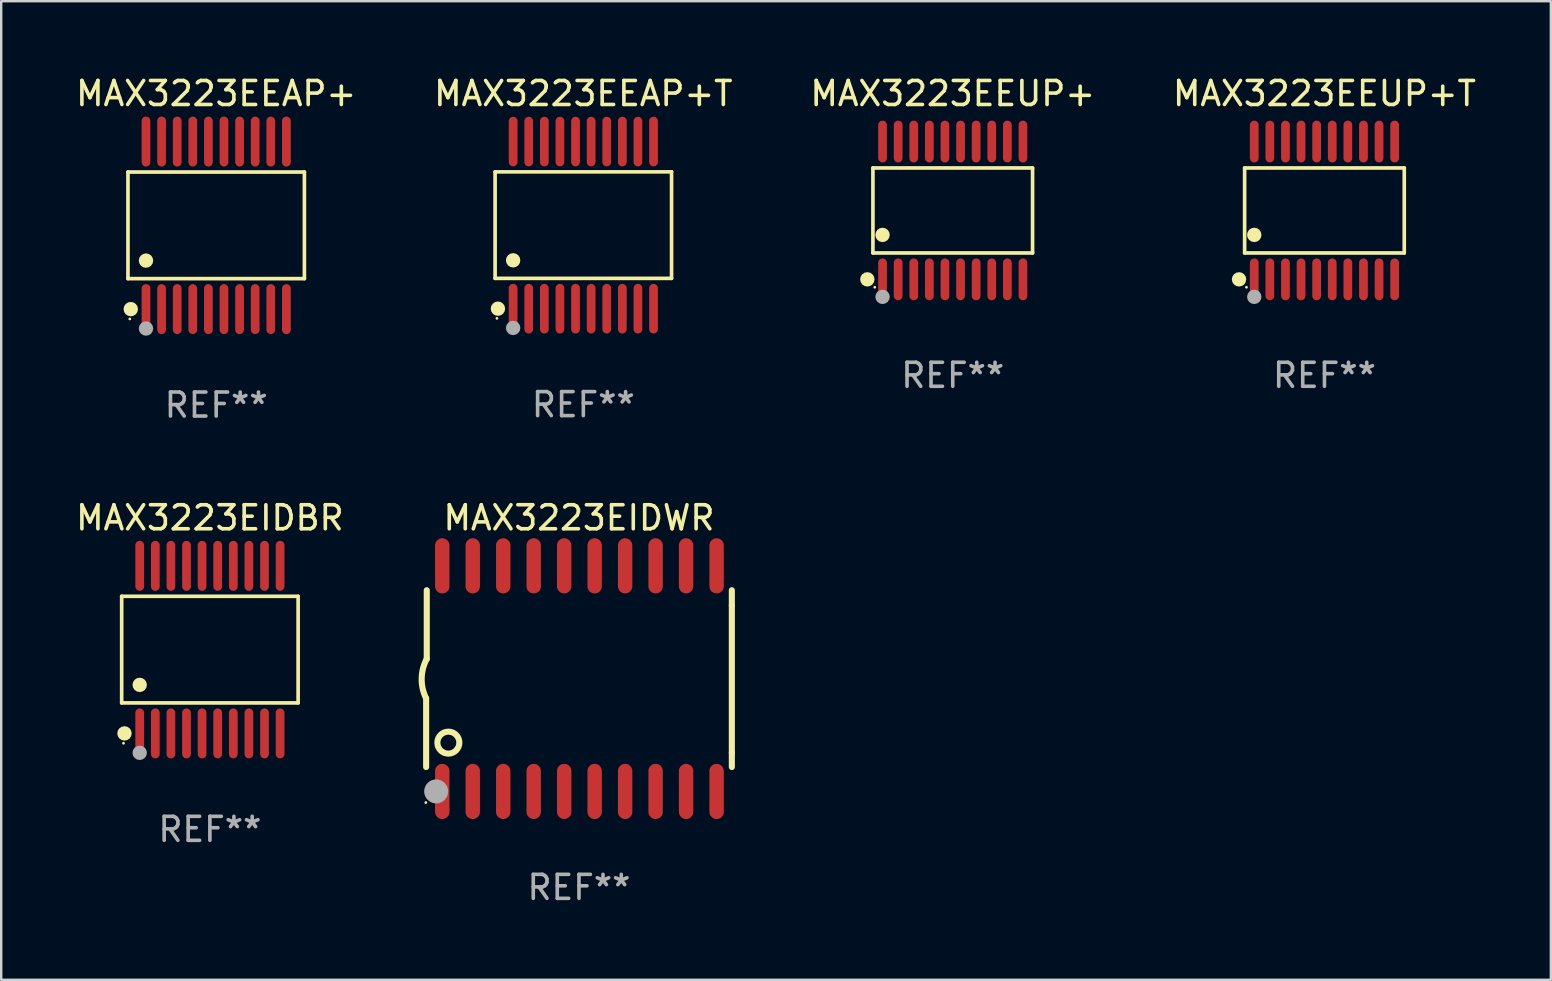
<source format=kicad_pcb>
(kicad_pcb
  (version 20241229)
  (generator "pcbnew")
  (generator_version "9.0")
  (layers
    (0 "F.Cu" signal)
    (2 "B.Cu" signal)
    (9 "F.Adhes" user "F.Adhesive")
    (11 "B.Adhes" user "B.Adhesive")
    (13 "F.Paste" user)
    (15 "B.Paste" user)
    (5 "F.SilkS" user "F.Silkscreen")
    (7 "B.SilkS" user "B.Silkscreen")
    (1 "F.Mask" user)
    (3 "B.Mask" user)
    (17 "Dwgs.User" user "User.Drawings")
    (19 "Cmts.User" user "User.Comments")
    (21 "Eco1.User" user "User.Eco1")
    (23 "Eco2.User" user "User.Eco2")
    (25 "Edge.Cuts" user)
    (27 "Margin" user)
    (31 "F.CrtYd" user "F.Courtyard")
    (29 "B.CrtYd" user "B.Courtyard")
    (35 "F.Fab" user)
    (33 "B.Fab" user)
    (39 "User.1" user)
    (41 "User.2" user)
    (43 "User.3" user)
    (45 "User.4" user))
  (footprint "MAX3223EEAP+T"
    (layer "F.Cu")
    (at 21.256 6.33)
    (property "Reference" "MAX3223EEAP+T" (at 0 -5.482 0) (layer "F.SilkS") (effects (font (size 1 1) (thickness 0.15))))
    (attr through_hole)
    (fp_line (start -3.676 -2.219) (end 3.676 -2.219) (stroke (width 0.152) (type solid)) (layer "F.SilkS"))
    (fp_line (start -3.676 2.219) (end -3.676 -2.219) (stroke (width 0.152) (type solid)) (layer "F.SilkS"))
    (fp_line (start 3.676 -2.219) (end 3.676 2.219) (stroke (width 0.152) (type solid)) (layer "F.SilkS"))
    (fp_line (start 3.676 2.219) (end -3.676 2.219) (stroke (width 0.152) (type solid)) (layer "F.SilkS"))
    (fp_circle (center -3.6 3.885) (end -3.57 3.885) (stroke (width 0.06) (type solid)) (fill no) (layer "F.SilkS"))
    (fp_circle (center -3.559 3.482) (end -3.409 3.482) (stroke (width 0.3) (type solid)) (fill no) (layer "F.SilkS"))
    (fp_circle (center -2.925 1.467) (end -2.775 1.467) (stroke (width 0.3) (type solid)) (fill no) (layer "F.SilkS"))
    (fp_circle (center -2.925 4.285) (end -2.775 4.285) (stroke (width 0.3) (type solid)) (fill no) (layer "F.Fab"))
    (fp_text user "REF**" (at 0 7.482 0) (layer "F.Fab") (effects (font (size 1 1) (thickness 0.15))))
    (pad "1" smd oval (at -2.925 3.482) (size 0.364 2.069) (layers "F.Cu" "F.Mask" "F.Paste"))
    (pad "2" smd oval (at -2.275 3.482) (size 0.364 2.069) (layers "F.Cu" "F.Mask" "F.Paste"))
    (pad "3" smd oval (at -1.625 3.482) (size 0.364 2.069) (layers "F.Cu" "F.Mask" "F.Paste"))
    (pad "4" smd oval (at -0.975 3.482) (size 0.364 2.069) (layers "F.Cu" "F.Mask" "F.Paste"))
    (pad "5" smd oval (at -0.325 3.482) (size 0.364 2.069) (layers "F.Cu" "F.Mask" "F.Paste"))
    (pad "6" smd oval (at 0.325 3.482) (size 0.364 2.069) (layers "F.Cu" "F.Mask" "F.Paste"))
    (pad "7" smd oval (at 0.975 3.482) (size 0.364 2.069) (layers "F.Cu" "F.Mask" "F.Paste"))
    (pad "8" smd oval (at 1.625 3.482) (size 0.364 2.069) (layers "F.Cu" "F.Mask" "F.Paste"))
    (pad "9" smd oval (at 2.275 3.482) (size 0.364 2.069) (layers "F.Cu" "F.Mask" "F.Paste"))
    (pad "10" smd oval (at 2.925 3.482) (size 0.364 2.069) (layers "F.Cu" "F.Mask" "F.Paste"))
    (pad "11" smd oval (at 2.925 -3.482) (size 0.364 2.069) (layers "F.Cu" "F.Mask" "F.Paste"))
    (pad "12" smd oval (at 2.275 -3.482) (size 0.364 2.069) (layers "F.Cu" "F.Mask" "F.Paste"))
    (pad "13" smd oval (at 1.625 -3.482) (size 0.364 2.069) (layers "F.Cu" "F.Mask" "F.Paste"))
    (pad "14" smd oval (at 0.975 -3.482) (size 0.364 2.069) (layers "F.Cu" "F.Mask" "F.Paste"))
    (pad "15" smd oval (at 0.325 -3.482) (size 0.364 2.069) (layers "F.Cu" "F.Mask" "F.Paste"))
    (pad "16" smd oval (at -0.325 -3.482) (size 0.364 2.069) (layers "F.Cu" "F.Mask" "F.Paste"))
    (pad "17" smd oval (at -0.975 -3.482) (size 0.364 2.069) (layers "F.Cu" "F.Mask" "F.Paste"))
    (pad "18" smd oval (at -1.625 -3.482) (size 0.364 2.069) (layers "F.Cu" "F.Mask" "F.Paste"))
    (pad "19" smd oval (at -2.275 -3.482) (size 0.364 2.069) (layers "F.Cu" "F.Mask" "F.Paste"))
    (pad "20" smd oval (at -2.925 -3.482) (size 0.364 2.069) (layers "F.Cu" "F.Mask" "F.Paste")))
  (footprint "MAX3223EIDBR"
    (layer "F.Cu")
    (at 5.696 24.018)
    (property "Reference" "MAX3223EIDBR" (at 0 -5.491 0) (layer "F.SilkS") (effects (font (size 1 1) (thickness 0.15))))
    (attr through_hole)
    (fp_line (start -3.676 -2.221) (end 3.676 -2.221) (stroke (width 0.152) (type solid)) (layer "F.SilkS"))
    (fp_line (start -3.676 2.221) (end -3.676 -2.221) (stroke (width 0.152) (type solid)) (layer "F.SilkS"))
    (fp_line (start 3.676 -2.221) (end 3.676 2.221) (stroke (width 0.152) (type solid)) (layer "F.SilkS"))
    (fp_line (start 3.676 2.221) (end -3.676 2.221) (stroke (width 0.152) (type solid)) (layer "F.SilkS"))
    (fp_circle (center -3.6 3.9) (end -3.57 3.9) (stroke (width 0.06) (type solid)) (fill no) (layer "F.SilkS"))
    (fp_circle (center -3.559 3.491) (end -3.409 3.491) (stroke (width 0.3) (type solid)) (fill no) (layer "F.SilkS"))
    (fp_circle (center -2.925 1.469) (end -2.775 1.469) (stroke (width 0.3) (type solid)) (fill no) (layer "F.SilkS"))
    (fp_circle (center -2.925 4.3) (end -2.775 4.3) (stroke (width 0.3) (type solid)) (fill no) (layer "F.Fab"))
    (fp_text user "REF**" (at 0 7.491 0) (layer "F.Fab") (effects (font (size 1 1) (thickness 0.15))))
    (pad "1" smd oval (at -2.925 3.491) (size 0.364 2.082) (layers "F.Cu" "F.Mask" "F.Paste"))
    (pad "2" smd oval (at -2.275 3.491) (size 0.364 2.082) (layers "F.Cu" "F.Mask" "F.Paste"))
    (pad "3" smd oval (at -1.625 3.491) (size 0.364 2.082) (layers "F.Cu" "F.Mask" "F.Paste"))
    (pad "4" smd oval (at -0.975 3.491) (size 0.364 2.082) (layers "F.Cu" "F.Mask" "F.Paste"))
    (pad "5" smd oval (at -0.325 3.491) (size 0.364 2.082) (layers "F.Cu" "F.Mask" "F.Paste"))
    (pad "6" smd oval (at 0.325 3.491) (size 0.364 2.082) (layers "F.Cu" "F.Mask" "F.Paste"))
    (pad "7" smd oval (at 0.975 3.491) (size 0.364 2.082) (layers "F.Cu" "F.Mask" "F.Paste"))
    (pad "8" smd oval (at 1.625 3.491) (size 0.364 2.082) (layers "F.Cu" "F.Mask" "F.Paste"))
    (pad "9" smd oval (at 2.275 3.491) (size 0.364 2.082) (layers "F.Cu" "F.Mask" "F.Paste"))
    (pad "10" smd oval (at 2.925 3.491) (size 0.364 2.082) (layers "F.Cu" "F.Mask" "F.Paste"))
    (pad "11" smd oval (at 2.925 -3.491) (size 0.364 2.082) (layers "F.Cu" "F.Mask" "F.Paste"))
    (pad "12" smd oval (at 2.275 -3.491) (size 0.364 2.082) (layers "F.Cu" "F.Mask" "F.Paste"))
    (pad "13" smd oval (at 1.625 -3.491) (size 0.364 2.082) (layers "F.Cu" "F.Mask" "F.Paste"))
    (pad "14" smd oval (at 0.975 -3.491) (size 0.364 2.082) (layers "F.Cu" "F.Mask" "F.Paste"))
    (pad "15" smd oval (at 0.325 -3.491) (size 0.364 2.082) (layers "F.Cu" "F.Mask" "F.Paste"))
    (pad "16" smd oval (at -0.325 -3.491) (size 0.364 2.082) (layers "F.Cu" "F.Mask" "F.Paste"))
    (pad "17" smd oval (at -0.975 -3.491) (size 0.364 2.082) (layers "F.Cu" "F.Mask" "F.Paste"))
    (pad "18" smd oval (at -1.625 -3.491) (size 0.364 2.082) (layers "F.Cu" "F.Mask" "F.Paste"))
    (pad "19" smd oval (at -2.275 -3.491) (size 0.364 2.082) (layers "F.Cu" "F.Mask" "F.Paste"))
    (pad "20" smd oval (at -2.925 -3.491) (size 0.364 2.082) (layers "F.Cu" "F.Mask" "F.Paste")))
  (footprint "MAX3223EEAP+"
    (layer "F.Cu")
    (at 5.958 6.339)
    (property "Reference" "MAX3223EEAP+" (at 0 -5.491 0) (layer "F.SilkS") (effects (font (size 1 1) (thickness 0.15))))
    (attr through_hole)
    (fp_line (start -3.676 -2.221) (end 3.676 -2.221) (stroke (width 0.152) (type solid)) (layer "F.SilkS"))
    (fp_line (start -3.676 2.221) (end -3.676 -2.221) (stroke (width 0.152) (type solid)) (layer "F.SilkS"))
    (fp_line (start 3.676 -2.221) (end 3.676 2.221) (stroke (width 0.152) (type solid)) (layer "F.SilkS"))
    (fp_line (start 3.676 2.221) (end -3.676 2.221) (stroke (width 0.152) (type solid)) (layer "F.SilkS"))
    (fp_circle (center -3.6 3.9) (end -3.57 3.9) (stroke (width 0.06) (type solid)) (fill no) (layer "F.SilkS"))
    (fp_circle (center -3.559 3.491) (end -3.409 3.491) (stroke (width 0.3) (type solid)) (fill no) (layer "F.SilkS"))
    (fp_circle (center -2.925 1.469) (end -2.775 1.469) (stroke (width 0.3) (type solid)) (fill no) (layer "F.SilkS"))
    (fp_circle (center -2.925 4.3) (end -2.775 4.3) (stroke (width 0.3) (type solid)) (fill no) (layer "F.Fab"))
    (fp_text user "REF**" (at 0 7.491 0) (layer "F.Fab") (effects (font (size 1 1) (thickness 0.15))))
    (pad "1" smd oval (at -2.925 3.491) (size 0.364 2.082) (layers "F.Cu" "F.Mask" "F.Paste"))
    (pad "2" smd oval (at -2.275 3.491) (size 0.364 2.082) (layers "F.Cu" "F.Mask" "F.Paste"))
    (pad "3" smd oval (at -1.625 3.491) (size 0.364 2.082) (layers "F.Cu" "F.Mask" "F.Paste"))
    (pad "4" smd oval (at -0.975 3.491) (size 0.364 2.082) (layers "F.Cu" "F.Mask" "F.Paste"))
    (pad "5" smd oval (at -0.325 3.491) (size 0.364 2.082) (layers "F.Cu" "F.Mask" "F.Paste"))
    (pad "6" smd oval (at 0.325 3.491) (size 0.364 2.082) (layers "F.Cu" "F.Mask" "F.Paste"))
    (pad "7" smd oval (at 0.975 3.491) (size 0.364 2.082) (layers "F.Cu" "F.Mask" "F.Paste"))
    (pad "8" smd oval (at 1.625 3.491) (size 0.364 2.082) (layers "F.Cu" "F.Mask" "F.Paste"))
    (pad "9" smd oval (at 2.275 3.491) (size 0.364 2.082) (layers "F.Cu" "F.Mask" "F.Paste"))
    (pad "10" smd oval (at 2.925 3.491) (size 0.364 2.082) (layers "F.Cu" "F.Mask" "F.Paste"))
    (pad "11" smd oval (at 2.925 -3.491) (size 0.364 2.082) (layers "F.Cu" "F.Mask" "F.Paste"))
    (pad "12" smd oval (at 2.275 -3.491) (size 0.364 2.082) (layers "F.Cu" "F.Mask" "F.Paste"))
    (pad "13" smd oval (at 1.625 -3.491) (size 0.364 2.082) (layers "F.Cu" "F.Mask" "F.Paste"))
    (pad "14" smd oval (at 0.975 -3.491) (size 0.364 2.082) (layers "F.Cu" "F.Mask" "F.Paste"))
    (pad "15" smd oval (at 0.325 -3.491) (size 0.364 2.082) (layers "F.Cu" "F.Mask" "F.Paste"))
    (pad "16" smd oval (at -0.325 -3.491) (size 0.364 2.082) (layers "F.Cu" "F.Mask" "F.Paste"))
    (pad "17" smd oval (at -0.975 -3.491) (size 0.364 2.082) (layers "F.Cu" "F.Mask" "F.Paste"))
    (pad "18" smd oval (at -1.625 -3.491) (size 0.364 2.082) (layers "F.Cu" "F.Mask" "F.Paste"))
    (pad "19" smd oval (at -2.275 -3.491) (size 0.364 2.082) (layers "F.Cu" "F.Mask" "F.Paste"))
    (pad "20" smd oval (at -2.925 -3.491) (size 0.364 2.082) (layers "F.Cu" "F.Mask" "F.Paste")))
  (footprint "MAX3223EIDWR"
    (layer "F.Cu")
    (at 21.075 25.227)
    (property "Reference" "MAX3223EIDWR" (at 0 -6.7 0) (layer "F.SilkS") (effects (font (size 1 1) (thickness 0.15))))
    (attr through_hole)
    (fp_line (start -6.369 0.826) (end -6.369 3.683) (stroke (width 0.254) (type solid)) (layer "F.SilkS"))
    (fp_line (start -6.343 -0.825) (end -6.343 -3.683) (stroke (width 0.254) (type solid)) (layer "F.SilkS"))
    (fp_line (start 6.369 -3.048) (end 6.369 -3.683) (stroke (width 0.254) (type solid)) (layer "F.SilkS"))
    (fp_line (start 6.369 -3.048) (end 6.369 3.096) (stroke (width 0.254) (type solid)) (layer "F.SilkS"))
    (fp_line (start 6.369 3.096) (end 6.369 3.683) (stroke (width 0.254) (type solid)) (layer "F.SilkS"))
    (fp_arc (start -6.36853 0.825552) (mid -6.554743 -0.00301) (end -6.343129 -0.825451) (stroke (width 0.254001) (type solid)) (layer "F.SilkS"))
    (fp_circle (center -6.382 5.163) (end -6.352 5.163) (stroke (width 0.06) (type solid)) (fill no) (layer "F.SilkS"))
    (fp_circle (center -5.443 2.667) (end -4.985 2.667) (stroke (width 0.254) (type solid)) (fill no) (layer "F.SilkS"))
    (fp_circle (center -5.951 4.699) (end -5.701 4.699) (stroke (width 0.5) (type solid)) (fill no) (layer "F.Fab"))
    (fp_text user "REF**" (at 0 8.7 0) (layer "F.Fab") (effects (font (size 1 1) (thickness 0.15))))
    (pad "1" smd oval (at -5.697 4.7 180) (size 0.6 2.3) (layers "F.Cu" "F.Mask" "F.Paste"))
    (pad "2" smd oval (at -4.427 4.7 180) (size 0.6 2.3) (layers "F.Cu" "F.Mask" "F.Paste"))
    (pad "3" smd oval (at -3.157 4.7 180) (size 0.6 2.3) (layers "F.Cu" "F.Mask" "F.Paste"))
    (pad "4" smd oval (at -1.887 4.7 180) (size 0.6 2.3) (layers "F.Cu" "F.Mask" "F.Paste"))
    (pad "5" smd oval (at -0.617 4.7 180) (size 0.6 2.3) (layers "F.Cu" "F.Mask" "F.Paste"))
    (pad "6" smd oval (at 0.653 4.7 180) (size 0.6 2.3) (layers "F.Cu" "F.Mask" "F.Paste"))
    (pad "7" smd oval (at 1.923 4.7 180) (size 0.6 2.3) (layers "F.Cu" "F.Mask" "F.Paste"))
    (pad "8" smd oval (at 3.193 4.7 180) (size 0.6 2.3) (layers "F.Cu" "F.Mask" "F.Paste"))
    (pad "9" smd oval (at 4.463 4.7 180) (size 0.6 2.3) (layers "F.Cu" "F.Mask" "F.Paste"))
    (pad "10" smd oval (at 5.734 4.7 180) (size 0.6 2.3) (layers "F.Cu" "F.Mask" "F.Paste"))
    (pad "11" smd oval (at 5.734 -4.7 180) (size 0.6 2.3) (layers "F.Cu" "F.Mask" "F.Paste"))
    (pad "12" smd oval (at 4.463 -4.7 180) (size 0.6 2.3) (layers "F.Cu" "F.Mask" "F.Paste"))
    (pad "13" smd oval (at 3.193 -4.7 180) (size 0.6 2.3) (layers "F.Cu" "F.Mask" "F.Paste"))
    (pad "14" smd oval (at 1.923 -4.7 180) (size 0.6 2.3) (layers "F.Cu" "F.Mask" "F.Paste"))
    (pad "15" smd oval (at 0.653 -4.7 180) (size 0.6 2.3) (layers "F.Cu" "F.Mask" "F.Paste"))
    (pad "16" smd oval (at -0.617 -4.7 180) (size 0.6 2.3) (layers "F.Cu" "F.Mask" "F.Paste"))
    (pad "17" smd oval (at -1.887 -4.7 180) (size 0.6 2.3) (layers "F.Cu" "F.Mask" "F.Paste"))
    (pad "18" smd oval (at -3.157 -4.7 180) (size 0.6 2.3) (layers "F.Cu" "F.Mask" "F.Paste"))
    (pad "19" smd oval (at -4.427 -4.7 180) (size 0.6 2.3) (layers "F.Cu" "F.Mask" "F.Paste"))
    (pad "20" smd oval (at -5.697 -4.7 180) (size 0.6 2.3) (layers "F.Cu" "F.Mask" "F.Paste")))
  (footprint "MAX3223EEUP+"
    (layer "F.Cu")
    (at 36.649 5.719)
    (property "Reference" "MAX3223EEUP+" (at 0 -4.871 0) (layer "F.SilkS") (effects (font (size 1 1) (thickness 0.15))))
    (attr through_hole)
    (fp_line (start -3.326 -1.771) (end 3.326 -1.771) (stroke (width 0.152) (type solid)) (layer "F.SilkS"))
    (fp_line (start -3.326 1.771) (end -3.326 -1.771) (stroke (width 0.152) (type solid)) (layer "F.SilkS"))
    (fp_line (start 3.326 -1.771) (end 3.326 1.771) (stroke (width 0.152) (type solid)) (layer "F.SilkS"))
    (fp_line (start 3.326 1.771) (end -3.326 1.771) (stroke (width 0.152) (type solid)) (layer "F.SilkS"))
    (fp_circle (center -3.559 2.871) (end -3.409 2.871) (stroke (width 0.3) (type solid)) (fill no) (layer "F.SilkS"))
    (fp_circle (center -3.25 3.2) (end -3.22 3.2) (stroke (width 0.06) (type solid)) (fill no) (layer "F.SilkS"))
    (fp_circle (center -2.925 1.019) (end -2.775 1.019) (stroke (width 0.3) (type solid)) (fill no) (layer "F.SilkS"))
    (fp_circle (center -2.925 3.6) (end -2.775 3.6) (stroke (width 0.3) (type solid)) (fill no) (layer "F.Fab"))
    (fp_text user "REF**" (at 0 6.871 0) (layer "F.Fab") (effects (font (size 1 1) (thickness 0.15))))
    (pad "1" smd oval (at -2.925 2.871) (size 0.364 1.742) (layers "F.Cu" "F.Mask" "F.Paste"))
    (pad "2" smd oval (at -2.275 2.871) (size 0.364 1.742) (layers "F.Cu" "F.Mask" "F.Paste"))
    (pad "3" smd oval (at -1.625 2.871) (size 0.364 1.742) (layers "F.Cu" "F.Mask" "F.Paste"))
    (pad "4" smd oval (at -0.975 2.871) (size 0.364 1.742) (layers "F.Cu" "F.Mask" "F.Paste"))
    (pad "5" smd oval (at -0.325 2.871) (size 0.364 1.742) (layers "F.Cu" "F.Mask" "F.Paste"))
    (pad "6" smd oval (at 0.325 2.871) (size 0.364 1.742) (layers "F.Cu" "F.Mask" "F.Paste"))
    (pad "7" smd oval (at 0.975 2.871) (size 0.364 1.742) (layers "F.Cu" "F.Mask" "F.Paste"))
    (pad "8" smd oval (at 1.625 2.871) (size 0.364 1.742) (layers "F.Cu" "F.Mask" "F.Paste"))
    (pad "9" smd oval (at 2.275 2.871) (size 0.364 1.742) (layers "F.Cu" "F.Mask" "F.Paste"))
    (pad "10" smd oval (at 2.925 2.871) (size 0.364 1.742) (layers "F.Cu" "F.Mask" "F.Paste"))
    (pad "11" smd oval (at 2.925 -2.871) (size 0.364 1.742) (layers "F.Cu" "F.Mask" "F.Paste"))
    (pad "12" smd oval (at 2.275 -2.871) (size 0.364 1.742) (layers "F.Cu" "F.Mask" "F.Paste"))
    (pad "13" smd oval (at 1.625 -2.871) (size 0.364 1.742) (layers "F.Cu" "F.Mask" "F.Paste"))
    (pad "14" smd oval (at 0.975 -2.871) (size 0.364 1.742) (layers "F.Cu" "F.Mask" "F.Paste"))
    (pad "15" smd oval (at 0.325 -2.871) (size 0.364 1.742) (layers "F.Cu" "F.Mask" "F.Paste"))
    (pad "16" smd oval (at -0.325 -2.871) (size 0.364 1.742) (layers "F.Cu" "F.Mask" "F.Paste"))
    (pad "17" smd oval (at -0.975 -2.871) (size 0.364 1.742) (layers "F.Cu" "F.Mask" "F.Paste"))
    (pad "18" smd oval (at -1.625 -2.871) (size 0.364 1.742) (layers "F.Cu" "F.Mask" "F.Paste"))
    (pad "19" smd oval (at -2.275 -2.871) (size 0.364 1.742) (layers "F.Cu" "F.Mask" "F.Paste"))
    (pad "20" smd oval (at -2.925 -2.871) (size 0.364 1.742) (layers "F.Cu" "F.Mask" "F.Paste")))
  (footprint "MAX3223EEUP+T"
    (layer "F.Cu")
    (at 52.137 5.719)
    (property "Reference" "MAX3223EEUP+T" (at 0 -4.871 0) (layer "F.SilkS") (effects (font (size 1 1) (thickness 0.15))))
    (attr through_hole)
    (fp_line (start -3.326 -1.771) (end 3.326 -1.771) (stroke (width 0.152) (type solid)) (layer "F.SilkS"))
    (fp_line (start -3.326 1.771) (end -3.326 -1.771) (stroke (width 0.152) (type solid)) (layer "F.SilkS"))
    (fp_line (start 3.326 -1.771) (end 3.326 1.771) (stroke (width 0.152) (type solid)) (layer "F.SilkS"))
    (fp_line (start 3.326 1.771) (end -3.326 1.771) (stroke (width 0.152) (type solid)) (layer "F.SilkS"))
    (fp_circle (center -3.559 2.871) (end -3.409 2.871) (stroke (width 0.3) (type solid)) (fill no) (layer "F.SilkS"))
    (fp_circle (center -3.25 3.2) (end -3.22 3.2) (stroke (width 0.06) (type solid)) (fill no) (layer "F.SilkS"))
    (fp_circle (center -2.925 1.019) (end -2.775 1.019) (stroke (width 0.3) (type solid)) (fill no) (layer "F.SilkS"))
    (fp_circle (center -2.925 3.6) (end -2.775 3.6) (stroke (width 0.3) (type solid)) (fill no) (layer "F.Fab"))
    (fp_text user "REF**" (at 0 6.871 0) (layer "F.Fab") (effects (font (size 1 1) (thickness 0.15))))
    (pad "1" smd oval (at -2.925 2.871) (size 0.364 1.742) (layers "F.Cu" "F.Mask" "F.Paste"))
    (pad "2" smd oval (at -2.275 2.871) (size 0.364 1.742) (layers "F.Cu" "F.Mask" "F.Paste"))
    (pad "3" smd oval (at -1.625 2.871) (size 0.364 1.742) (layers "F.Cu" "F.Mask" "F.Paste"))
    (pad "4" smd oval (at -0.975 2.871) (size 0.364 1.742) (layers "F.Cu" "F.Mask" "F.Paste"))
    (pad "5" smd oval (at -0.325 2.871) (size 0.364 1.742) (layers "F.Cu" "F.Mask" "F.Paste"))
    (pad "6" smd oval (at 0.325 2.871) (size 0.364 1.742) (layers "F.Cu" "F.Mask" "F.Paste"))
    (pad "7" smd oval (at 0.975 2.871) (size 0.364 1.742) (layers "F.Cu" "F.Mask" "F.Paste"))
    (pad "8" smd oval (at 1.625 2.871) (size 0.364 1.742) (layers "F.Cu" "F.Mask" "F.Paste"))
    (pad "9" smd oval (at 2.275 2.871) (size 0.364 1.742) (layers "F.Cu" "F.Mask" "F.Paste"))
    (pad "10" smd oval (at 2.925 2.871) (size 0.364 1.742) (layers "F.Cu" "F.Mask" "F.Paste"))
    (pad "11" smd oval (at 2.925 -2.871) (size 0.364 1.742) (layers "F.Cu" "F.Mask" "F.Paste"))
    (pad "12" smd oval (at 2.275 -2.871) (size 0.364 1.742) (layers "F.Cu" "F.Mask" "F.Paste"))
    (pad "13" smd oval (at 1.625 -2.871) (size 0.364 1.742) (layers "F.Cu" "F.Mask" "F.Paste"))
    (pad "14" smd oval (at 0.975 -2.871) (size 0.364 1.742) (layers "F.Cu" "F.Mask" "F.Paste"))
    (pad "15" smd oval (at 0.325 -2.871) (size 0.364 1.742) (layers "F.Cu" "F.Mask" "F.Paste"))
    (pad "16" smd oval (at -0.325 -2.871) (size 0.364 1.742) (layers "F.Cu" "F.Mask" "F.Paste"))
    (pad "17" smd oval (at -0.975 -2.871) (size 0.364 1.742) (layers "F.Cu" "F.Mask" "F.Paste"))
    (pad "18" smd oval (at -1.625 -2.871) (size 0.364 1.742) (layers "F.Cu" "F.Mask" "F.Paste"))
    (pad "19" smd oval (at -2.275 -2.871) (size 0.364 1.742) (layers "F.Cu" "F.Mask" "F.Paste"))
    (pad "20" smd oval (at -2.925 -2.871) (size 0.364 1.742) (layers "F.Cu" "F.Mask" "F.Paste")))
  (gr_rect
    (start -3 -3)
    (end 61.571 37.775)
    (stroke (width 0.1) (type default))
    (fill no)
    (layer "Edge.Cuts")))
</source>
